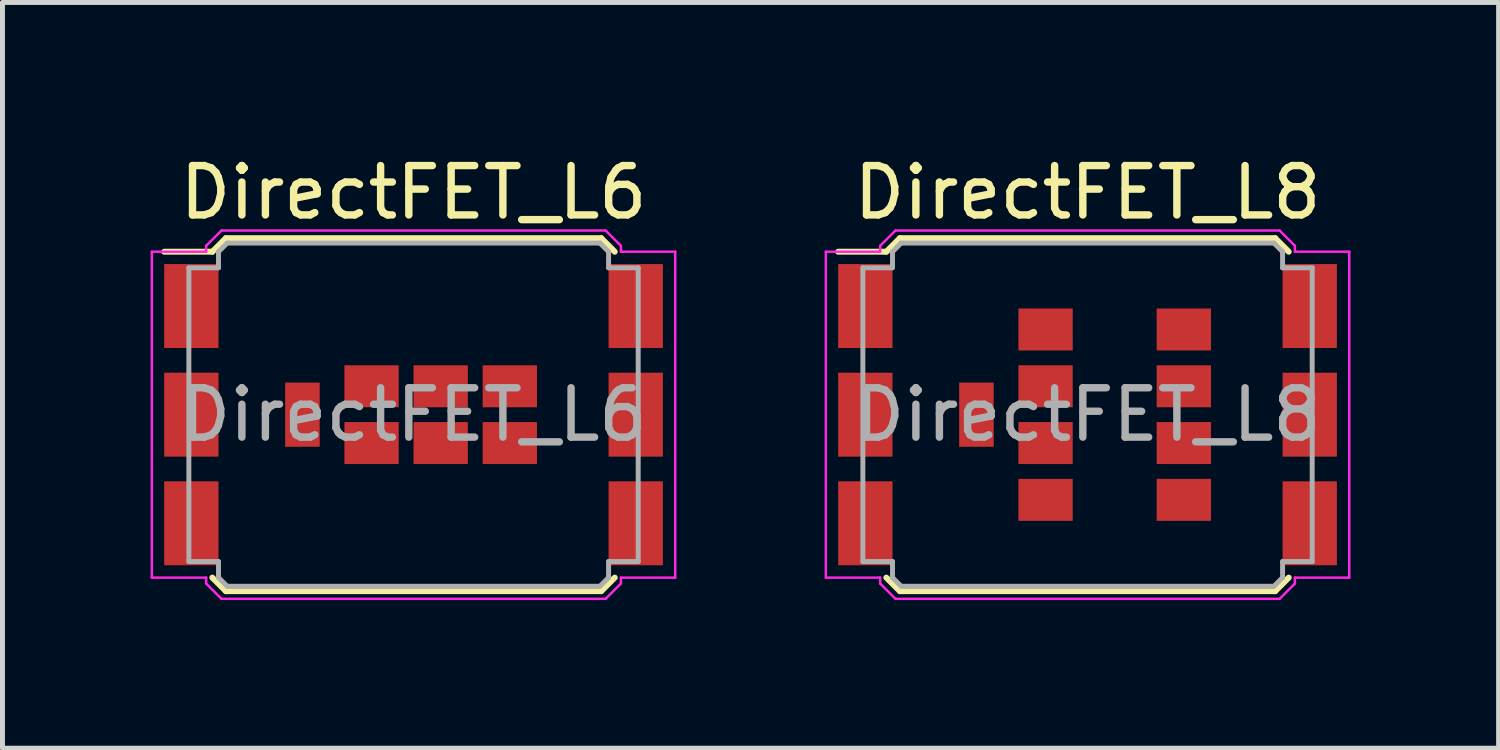
<source format=kicad_pcb>
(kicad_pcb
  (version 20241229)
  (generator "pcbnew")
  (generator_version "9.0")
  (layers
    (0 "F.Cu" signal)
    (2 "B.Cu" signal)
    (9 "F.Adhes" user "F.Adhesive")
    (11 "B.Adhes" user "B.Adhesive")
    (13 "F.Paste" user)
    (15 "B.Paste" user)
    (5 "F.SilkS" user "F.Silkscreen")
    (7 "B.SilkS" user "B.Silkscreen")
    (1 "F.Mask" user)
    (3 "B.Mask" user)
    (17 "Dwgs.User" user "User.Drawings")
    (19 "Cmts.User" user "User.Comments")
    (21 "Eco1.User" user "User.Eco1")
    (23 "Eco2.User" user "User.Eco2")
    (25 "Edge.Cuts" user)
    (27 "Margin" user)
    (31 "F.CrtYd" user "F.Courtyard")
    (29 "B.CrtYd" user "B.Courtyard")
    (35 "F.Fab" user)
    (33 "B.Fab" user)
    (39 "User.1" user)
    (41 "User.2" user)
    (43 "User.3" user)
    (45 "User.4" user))
  (footprint "DirectFET_L6"
    (layer "F.Cu")
    (at 5.325 5.348)
    (property "Reference" "DirectFET_L6" (at 0 -4.5 0) (layer "F.SilkS") (effects (font (size 1 1) (thickness 0.15))))
    (attr smd)
    (fp_line (start -5.05 -3.3) (end -4.075 -3.3) (stroke (width 0.12) (type solid)) (layer "F.SilkS"))
    (fp_line (start -4.075 -3.3) (end -3.8 -3.575) (stroke (width 0.12) (type solid)) (layer "F.SilkS"))
    (fp_line (start -4.075 3.3) (end -3.8 3.575) (stroke (width 0.12) (type solid)) (layer "F.SilkS"))
    (fp_line (start 3.8 -3.575) (end -3.8 -3.575) (stroke (width 0.12) (type solid)) (layer "F.SilkS"))
    (fp_line (start 3.8 3.575) (end -3.8 3.575) (stroke (width 0.12) (type solid)) (layer "F.SilkS"))
    (fp_line (start 4.075 -3.3) (end 3.8 -3.575) (stroke (width 0.12) (type solid)) (layer "F.SilkS"))
    (fp_line (start 4.075 3.3) (end 3.8 3.575) (stroke (width 0.12) (type solid)) (layer "F.SilkS"))
    (fp_line (start -5.3 -3.3) (end -5.3 3.3) (stroke (width 0.05) (type solid)) (layer "F.CrtYd"))
    (fp_line (start -4.2 -3.42) (end -3.89 -3.73) (stroke (width 0.05) (type solid)) (layer "F.CrtYd"))
    (fp_line (start -4.2 -3.3) (end -5.3 -3.3) (stroke (width 0.05) (type solid)) (layer "F.CrtYd"))
    (fp_line (start -4.2 -3.3) (end -4.2 -3.42) (stroke (width 0.05) (type solid)) (layer "F.CrtYd"))
    (fp_line (start -4.2 3.3) (end -5.3 3.3) (stroke (width 0.05) (type solid)) (layer "F.CrtYd"))
    (fp_line (start -4.2 3.3) (end -4.2 3.42) (stroke (width 0.05) (type solid)) (layer "F.CrtYd"))
    (fp_line (start -4.2 3.42) (end -3.89 3.73) (stroke (width 0.05) (type solid)) (layer "F.CrtYd"))
    (fp_line (start 3.89 -3.73) (end -3.89 -3.73) (stroke (width 0.05) (type solid)) (layer "F.CrtYd"))
    (fp_line (start 3.89 3.73) (end -3.89 3.73) (stroke (width 0.05) (type solid)) (layer "F.CrtYd"))
    (fp_line (start 4.2 -3.42) (end 3.89 -3.73) (stroke (width 0.05) (type solid)) (layer "F.CrtYd"))
    (fp_line (start 4.2 -3.3) (end 4.2 -3.42) (stroke (width 0.05) (type solid)) (layer "F.CrtYd"))
    (fp_line (start 4.2 -3.3) (end 5.3 -3.3) (stroke (width 0.05) (type solid)) (layer "F.CrtYd"))
    (fp_line (start 4.2 3.3) (end 4.2 3.42) (stroke (width 0.05) (type solid)) (layer "F.CrtYd"))
    (fp_line (start 4.2 3.3) (end 5.3 3.3) (stroke (width 0.05) (type solid)) (layer "F.CrtYd"))
    (fp_line (start 4.2 3.42) (end 3.89 3.73) (stroke (width 0.05) (type solid)) (layer "F.CrtYd"))
    (fp_line (start 5.3 -3.3) (end 5.3 3.3) (stroke (width 0.05) (type solid)) (layer "F.CrtYd"))
    (fp_line (start -4.55 -2.975) (end -4.55 2.975) (stroke (width 0.1) (type solid)) (layer "F.Fab"))
    (fp_line (start -4.55 -2.975) (end -3.95 -2.975) (stroke (width 0.1) (type solid)) (layer "F.Fab"))
    (fp_line (start -4.55 2.975) (end -3.95 2.975) (stroke (width 0.1) (type solid)) (layer "F.Fab"))
    (fp_line (start -3.95 -3.3) (end -3.775 -3.475) (stroke (width 0.1) (type solid)) (layer "F.Fab"))
    (fp_line (start -3.95 -2.975) (end -3.95 -3.3) (stroke (width 0.1) (type solid)) (layer "F.Fab"))
    (fp_line (start -3.95 2.975) (end -3.95 3.3) (stroke (width 0.1) (type solid)) (layer "F.Fab"))
    (fp_line (start -3.95 3.3) (end -3.775 3.475) (stroke (width 0.1) (type solid)) (layer "F.Fab"))
    (fp_line (start 3.775 -3.475) (end -3.775 -3.475) (stroke (width 0.1) (type solid)) (layer "F.Fab"))
    (fp_line (start 3.775 3.475) (end -3.775 3.475) (stroke (width 0.1) (type solid)) (layer "F.Fab"))
    (fp_line (start 3.95 -3.3) (end 3.775 -3.475) (stroke (width 0.1) (type solid)) (layer "F.Fab"))
    (fp_line (start 3.95 -2.975) (end 3.95 -3.3) (stroke (width 0.1) (type solid)) (layer "F.Fab"))
    (fp_line (start 3.95 2.975) (end 3.95 3.3) (stroke (width 0.1) (type solid)) (layer "F.Fab"))
    (fp_line (start 3.95 3.3) (end 3.775 3.475) (stroke (width 0.1) (type solid)) (layer "F.Fab"))
    (fp_line (start 4.55 -2.975) (end 3.95 -2.975) (stroke (width 0.1) (type solid)) (layer "F.Fab"))
    (fp_line (start 4.55 -2.975) (end 4.55 2.975) (stroke (width 0.1) (type solid)) (layer "F.Fab"))
    (fp_line (start 4.55 2.975) (end 3.95 2.975) (stroke (width 0.1) (type solid)) (layer "F.Fab"))
    (fp_text user "${REFERENCE}" (at 0 0 0) (layer "F.Fab") (effects (font (size 1 1) (thickness 0.15))))
    (pad "1" smd rect (at -4.5 -2.2) (size 1.1 1.7) (layers "F.Cu" "F.Mask" "F.Paste"))
    (pad "1" smd rect (at -4.5 0) (size 1.1 1.7) (layers "F.Cu" "F.Mask" "F.Paste"))
    (pad "1" smd rect (at -4.5 2.2) (size 1.1 1.7) (layers "F.Cu" "F.Mask" "F.Paste"))
    (pad "1" smd rect (at 4.5 -2.2) (size 1.1 1.7) (layers "F.Cu" "F.Mask" "F.Paste"))
    (pad "1" smd rect (at 4.5 0) (size 1.1 1.7) (layers "F.Cu" "F.Mask" "F.Paste"))
    (pad "1" smd rect (at 4.5 2.2) (size 1.1 1.7) (layers "F.Cu" "F.Mask" "F.Paste"))
    (pad "2" smd rect (at -2.25 0) (size 0.7 1.3) (layers "F.Cu" "F.Mask" "F.Paste"))
    (pad "3" smd rect (at -0.85 -0.575) (size 1.1 0.85) (layers "F.Cu" "F.Mask" "F.Paste"))
    (pad "3" smd rect (at -0.85 0.575) (size 1.1 0.85) (layers "F.Cu" "F.Mask" "F.Paste"))
    (pad "3" smd rect (at 0.55 -0.575) (size 1.1 0.85) (layers "F.Cu" "F.Mask" "F.Paste"))
    (pad "3" smd rect (at 0.55 0.575) (size 1.1 0.85) (layers "F.Cu" "F.Mask" "F.Paste"))
    (pad "3" smd rect (at 1.95 -0.575) (size 1.1 0.85) (layers "F.Cu" "F.Mask" "F.Paste"))
    (pad "3" smd rect (at 1.95 0.575) (size 1.1 0.85) (layers "F.Cu" "F.Mask" "F.Paste")))
  (footprint "DirectFET_L8"
    (layer "F.Cu")
    (at 18.975 5.348)
    (property "Reference" "DirectFET_L8" (at 0 -4.5 0) (layer "F.SilkS") (effects (font (size 1 1) (thickness 0.15))))
    (attr smd)
    (fp_line (start -5.05 -3.3) (end -4.075 -3.3) (stroke (width 0.12) (type solid)) (layer "F.SilkS"))
    (fp_line (start -4.075 -3.3) (end -3.8 -3.575) (stroke (width 0.12) (type solid)) (layer "F.SilkS"))
    (fp_line (start -4.075 3.3) (end -3.8 3.575) (stroke (width 0.12) (type solid)) (layer "F.SilkS"))
    (fp_line (start 3.8 -3.575) (end -3.8 -3.575) (stroke (width 0.12) (type solid)) (layer "F.SilkS"))
    (fp_line (start 3.8 3.575) (end -3.8 3.575) (stroke (width 0.12) (type solid)) (layer "F.SilkS"))
    (fp_line (start 4.075 -3.3) (end 3.8 -3.575) (stroke (width 0.12) (type solid)) (layer "F.SilkS"))
    (fp_line (start 4.075 3.3) (end 3.8 3.575) (stroke (width 0.12) (type solid)) (layer "F.SilkS"))
    (fp_line (start -5.3 -3.3) (end -5.3 3.3) (stroke (width 0.05) (type solid)) (layer "F.CrtYd"))
    (fp_line (start -4.2 -3.42) (end -3.89 -3.73) (stroke (width 0.05) (type solid)) (layer "F.CrtYd"))
    (fp_line (start -4.2 -3.3) (end -5.3 -3.3) (stroke (width 0.05) (type solid)) (layer "F.CrtYd"))
    (fp_line (start -4.2 -3.3) (end -4.2 -3.42) (stroke (width 0.05) (type solid)) (layer "F.CrtYd"))
    (fp_line (start -4.2 3.3) (end -5.3 3.3) (stroke (width 0.05) (type solid)) (layer "F.CrtYd"))
    (fp_line (start -4.2 3.3) (end -4.2 3.42) (stroke (width 0.05) (type solid)) (layer "F.CrtYd"))
    (fp_line (start -4.2 3.42) (end -3.89 3.73) (stroke (width 0.05) (type solid)) (layer "F.CrtYd"))
    (fp_line (start 3.89 -3.73) (end -3.89 -3.73) (stroke (width 0.05) (type solid)) (layer "F.CrtYd"))
    (fp_line (start 3.89 3.73) (end -3.89 3.73) (stroke (width 0.05) (type solid)) (layer "F.CrtYd"))
    (fp_line (start 4.2 -3.42) (end 3.89 -3.73) (stroke (width 0.05) (type solid)) (layer "F.CrtYd"))
    (fp_line (start 4.2 -3.3) (end 4.2 -3.42) (stroke (width 0.05) (type solid)) (layer "F.CrtYd"))
    (fp_line (start 4.2 -3.3) (end 5.3 -3.3) (stroke (width 0.05) (type solid)) (layer "F.CrtYd"))
    (fp_line (start 4.2 3.3) (end 4.2 3.42) (stroke (width 0.05) (type solid)) (layer "F.CrtYd"))
    (fp_line (start 4.2 3.3) (end 5.3 3.3) (stroke (width 0.05) (type solid)) (layer "F.CrtYd"))
    (fp_line (start 4.2 3.42) (end 3.89 3.73) (stroke (width 0.05) (type solid)) (layer "F.CrtYd"))
    (fp_line (start 5.3 -3.3) (end 5.3 3.3) (stroke (width 0.05) (type solid)) (layer "F.CrtYd"))
    (fp_line (start -4.55 -2.975) (end -4.55 2.975) (stroke (width 0.1) (type solid)) (layer "F.Fab"))
    (fp_line (start -4.55 -2.975) (end -3.95 -2.975) (stroke (width 0.1) (type solid)) (layer "F.Fab"))
    (fp_line (start -4.55 2.975) (end -3.95 2.975) (stroke (width 0.1) (type solid)) (layer "F.Fab"))
    (fp_line (start -3.95 -3.3) (end -3.775 -3.475) (stroke (width 0.1) (type solid)) (layer "F.Fab"))
    (fp_line (start -3.95 -2.975) (end -3.95 -3.3) (stroke (width 0.1) (type solid)) (layer "F.Fab"))
    (fp_line (start -3.95 2.975) (end -3.95 3.3) (stroke (width 0.1) (type solid)) (layer "F.Fab"))
    (fp_line (start -3.95 3.3) (end -3.775 3.475) (stroke (width 0.1) (type solid)) (layer "F.Fab"))
    (fp_line (start 3.775 -3.475) (end -3.775 -3.475) (stroke (width 0.1) (type solid)) (layer "F.Fab"))
    (fp_line (start 3.775 3.475) (end -3.775 3.475) (stroke (width 0.1) (type solid)) (layer "F.Fab"))
    (fp_line (start 3.95 -3.3) (end 3.775 -3.475) (stroke (width 0.1) (type solid)) (layer "F.Fab"))
    (fp_line (start 3.95 -2.975) (end 3.95 -3.3) (stroke (width 0.1) (type solid)) (layer "F.Fab"))
    (fp_line (start 3.95 2.975) (end 3.95 3.3) (stroke (width 0.1) (type solid)) (layer "F.Fab"))
    (fp_line (start 3.95 3.3) (end 3.775 3.475) (stroke (width 0.1) (type solid)) (layer "F.Fab"))
    (fp_line (start 4.55 -2.975) (end 3.95 -2.975) (stroke (width 0.1) (type solid)) (layer "F.Fab"))
    (fp_line (start 4.55 -2.975) (end 4.55 2.975) (stroke (width 0.1) (type solid)) (layer "F.Fab"))
    (fp_line (start 4.55 2.975) (end 3.95 2.975) (stroke (width 0.1) (type solid)) (layer "F.Fab"))
    (fp_text user "${REFERENCE}" (at 0 0 0) (layer "F.Fab") (effects (font (size 1 1) (thickness 0.15))))
    (pad "1" smd rect (at -4.5 -2.2) (size 1.1 1.7) (layers "F.Cu" "F.Mask" "F.Paste"))
    (pad "1" smd rect (at -4.5 0) (size 1.1 1.7) (layers "F.Cu" "F.Mask" "F.Paste"))
    (pad "1" smd rect (at -4.5 2.2) (size 1.1 1.7) (layers "F.Cu" "F.Mask" "F.Paste"))
    (pad "1" smd rect (at 4.5 -2.2) (size 1.1 1.7) (layers "F.Cu" "F.Mask" "F.Paste"))
    (pad "1" smd rect (at 4.5 0) (size 1.1 1.7) (layers "F.Cu" "F.Mask" "F.Paste"))
    (pad "1" smd rect (at 4.5 2.2) (size 1.1 1.7) (layers "F.Cu" "F.Mask" "F.Paste"))
    (pad "2" smd rect (at -2.25 0) (size 0.7 1.3) (layers "F.Cu" "F.Mask" "F.Paste"))
    (pad "3" smd rect (at -0.85 -1.725) (size 1.1 0.85) (layers "F.Cu" "F.Mask" "F.Paste"))
    (pad "3" smd rect (at -0.85 -0.575) (size 1.1 0.85) (layers "F.Cu" "F.Mask" "F.Paste"))
    (pad "3" smd rect (at -0.85 0.575) (size 1.1 0.85) (layers "F.Cu" "F.Mask" "F.Paste"))
    (pad "3" smd rect (at -0.85 1.725) (size 1.1 0.85) (layers "F.Cu" "F.Mask" "F.Paste"))
    (pad "3" smd rect (at 1.95 -1.725) (size 1.1 0.85) (layers "F.Cu" "F.Mask" "F.Paste"))
    (pad "3" smd rect (at 1.95 -0.575) (size 1.1 0.85) (layers "F.Cu" "F.Mask" "F.Paste"))
    (pad "3" smd rect (at 1.95 0.575) (size 1.1 0.85) (layers "F.Cu" "F.Mask" "F.Paste"))
    (pad "3" smd rect (at 1.95 1.725) (size 1.1 0.85) (layers "F.Cu" "F.Mask" "F.Paste")))
  (gr_rect
    (start -3 -3)
    (end 27.3 12.103)
    (stroke (width 0.1) (type default))
    (fill no)
    (layer "Edge.Cuts")))
</source>
